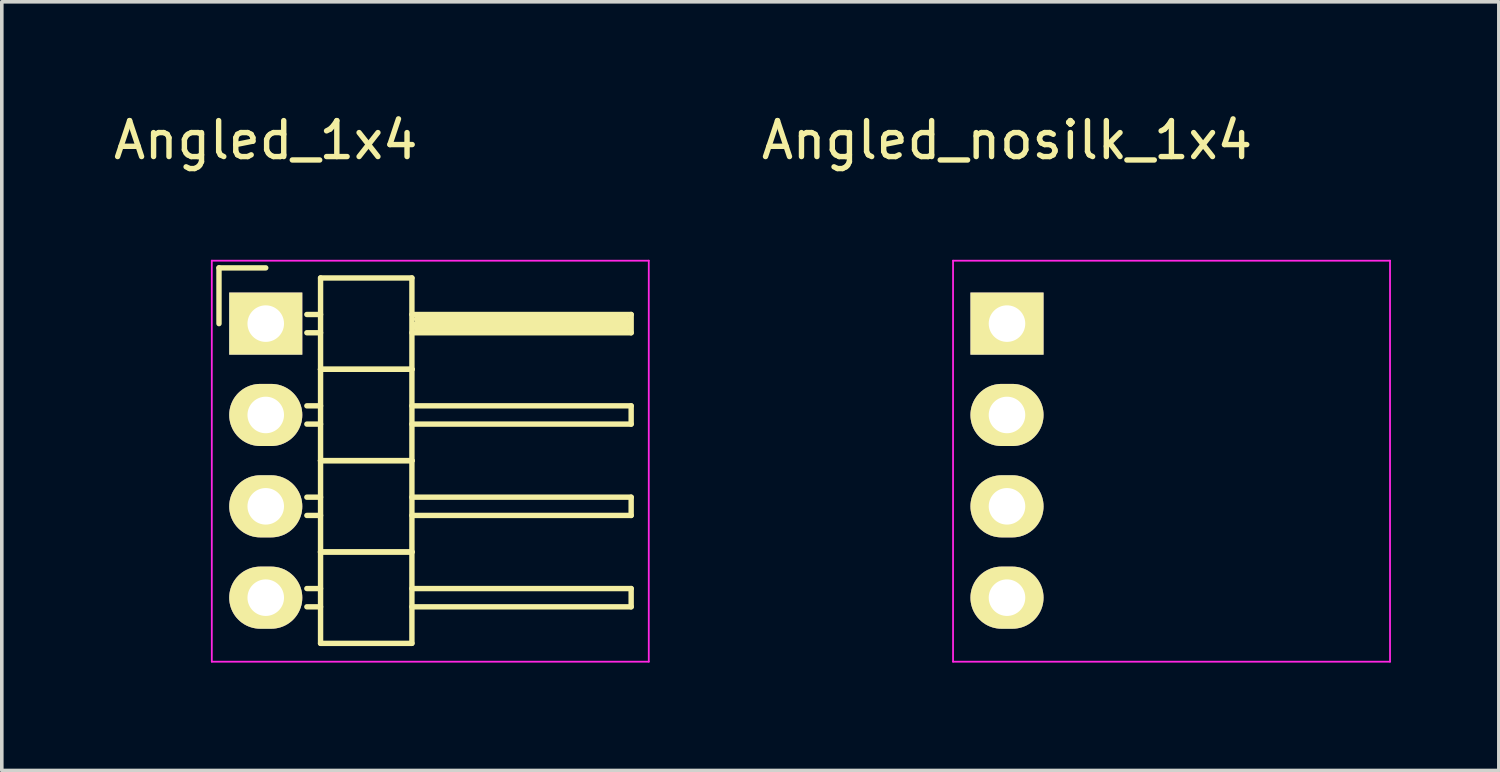
<source format=kicad_pcb>
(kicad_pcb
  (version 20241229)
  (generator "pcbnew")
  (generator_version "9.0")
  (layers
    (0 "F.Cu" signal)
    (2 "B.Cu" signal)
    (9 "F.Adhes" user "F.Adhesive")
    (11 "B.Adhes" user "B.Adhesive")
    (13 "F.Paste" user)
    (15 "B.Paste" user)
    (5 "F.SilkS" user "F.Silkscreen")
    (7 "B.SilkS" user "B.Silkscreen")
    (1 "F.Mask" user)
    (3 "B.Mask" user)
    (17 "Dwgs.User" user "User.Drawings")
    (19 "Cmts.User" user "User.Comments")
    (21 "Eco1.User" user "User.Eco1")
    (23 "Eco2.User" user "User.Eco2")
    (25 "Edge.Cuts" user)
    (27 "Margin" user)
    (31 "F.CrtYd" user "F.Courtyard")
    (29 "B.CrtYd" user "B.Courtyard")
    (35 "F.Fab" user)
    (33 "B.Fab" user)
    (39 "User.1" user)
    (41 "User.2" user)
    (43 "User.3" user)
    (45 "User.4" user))
  (footprint "Angled_1x4"
    (layer "F.Cu")
    (at 4.339 9.758)
    (property "Reference" "Angled_1x4" (at 0 -8.91 0) (layer "F.SilkS") (effects (font (size 1 1) (thickness 0.15))))
    (attr through_hole)
    (fp_line (start -1.3 -5.36) (end -1.3 -3.81) (stroke (width 0.15) (type solid)) (layer "F.SilkS"))
    (fp_line (start 0 -5.36) (end -1.3 -5.36) (stroke (width 0.15) (type solid)) (layer "F.SilkS"))
    (fp_line (start 1.524 -5.08) (end 1.524 -2.54) (stroke (width 0.15) (type solid)) (layer "F.SilkS"))
    (fp_line (start 1.524 -5.08) (end 4.064 -5.08) (stroke (width 0.15) (type solid)) (layer "F.SilkS"))
    (fp_line (start 1.524 -4.064) (end 1.143 -4.064) (stroke (width 0.15) (type solid)) (layer "F.SilkS"))
    (fp_line (start 1.524 -3.556) (end 1.143 -3.556) (stroke (width 0.15) (type solid)) (layer "F.SilkS"))
    (fp_line (start 1.524 -2.54) (end 1.524 0) (stroke (width 0.15) (type solid)) (layer "F.SilkS"))
    (fp_line (start 1.524 -2.54) (end 4.064 -2.54) (stroke (width 0.15) (type solid)) (layer "F.SilkS"))
    (fp_line (start 1.524 -2.54) (end 4.064 -2.54) (stroke (width 0.15) (type solid)) (layer "F.SilkS"))
    (fp_line (start 1.524 -1.524) (end 1.143 -1.524) (stroke (width 0.15) (type solid)) (layer "F.SilkS"))
    (fp_line (start 1.524 -1.016) (end 1.143 -1.016) (stroke (width 0.15) (type solid)) (layer "F.SilkS"))
    (fp_line (start 1.524 0) (end 1.524 2.54) (stroke (width 0.15) (type solid)) (layer "F.SilkS"))
    (fp_line (start 1.524 0) (end 4.064 0) (stroke (width 0.15) (type solid)) (layer "F.SilkS"))
    (fp_line (start 1.524 0) (end 4.064 0) (stroke (width 0.15) (type solid)) (layer "F.SilkS"))
    (fp_line (start 1.524 1.016) (end 1.143 1.016) (stroke (width 0.15) (type solid)) (layer "F.SilkS"))
    (fp_line (start 1.524 1.524) (end 1.143 1.524) (stroke (width 0.15) (type solid)) (layer "F.SilkS"))
    (fp_line (start 1.524 2.54) (end 1.524 5.08) (stroke (width 0.15) (type solid)) (layer "F.SilkS"))
    (fp_line (start 1.524 2.54) (end 4.064 2.54) (stroke (width 0.15) (type solid)) (layer "F.SilkS"))
    (fp_line (start 1.524 2.54) (end 4.064 2.54) (stroke (width 0.15) (type solid)) (layer "F.SilkS"))
    (fp_line (start 1.524 3.556) (end 1.143 3.556) (stroke (width 0.15) (type solid)) (layer "F.SilkS"))
    (fp_line (start 1.524 4.064) (end 1.143 4.064) (stroke (width 0.15) (type solid)) (layer "F.SilkS"))
    (fp_line (start 1.524 5.08) (end 4.064 5.08) (stroke (width 0.15) (type solid)) (layer "F.SilkS"))
    (fp_line (start 4.064 -4.064) (end 10.16 -4.064) (stroke (width 0.15) (type solid)) (layer "F.SilkS"))
    (fp_line (start 4.064 -2.54) (end 4.064 -5.08) (stroke (width 0.15) (type solid)) (layer "F.SilkS"))
    (fp_line (start 4.064 -1.524) (end 10.16 -1.524) (stroke (width 0.15) (type solid)) (layer "F.SilkS"))
    (fp_line (start 4.064 0) (end 4.064 -2.54) (stroke (width 0.15) (type solid)) (layer "F.SilkS"))
    (fp_line (start 4.064 1.016) (end 10.16 1.016) (stroke (width 0.15) (type solid)) (layer "F.SilkS"))
    (fp_line (start 4.064 2.54) (end 4.064 0) (stroke (width 0.15) (type solid)) (layer "F.SilkS"))
    (fp_line (start 4.064 3.556) (end 10.16 3.556) (stroke (width 0.15) (type solid)) (layer "F.SilkS"))
    (fp_line (start 4.064 5.08) (end 4.064 2.54) (stroke (width 0.15) (type solid)) (layer "F.SilkS"))
    (fp_line (start 4.191 -3.937) (end 10.033 -3.937) (stroke (width 0.15) (type solid)) (layer "F.SilkS"))
    (fp_line (start 4.191 -3.81) (end 10.033 -3.81) (stroke (width 0.15) (type solid)) (layer "F.SilkS"))
    (fp_line (start 4.191 -3.683) (end 4.191 -3.81) (stroke (width 0.15) (type solid)) (layer "F.SilkS"))
    (fp_line (start 10.033 -3.937) (end 10.033 -3.683) (stroke (width 0.15) (type solid)) (layer "F.SilkS"))
    (fp_line (start 10.033 -3.683) (end 4.191 -3.683) (stroke (width 0.15) (type solid)) (layer "F.SilkS"))
    (fp_line (start 10.16 -4.064) (end 10.16 -3.556) (stroke (width 0.15) (type solid)) (layer "F.SilkS"))
    (fp_line (start 10.16 -3.556) (end 4.064 -3.556) (stroke (width 0.15) (type solid)) (layer "F.SilkS"))
    (fp_line (start 10.16 -1.524) (end 10.16 -1.016) (stroke (width 0.15) (type solid)) (layer "F.SilkS"))
    (fp_line (start 10.16 -1.016) (end 4.064 -1.016) (stroke (width 0.15) (type solid)) (layer "F.SilkS"))
    (fp_line (start 10.16 1.016) (end 10.16 1.524) (stroke (width 0.15) (type solid)) (layer "F.SilkS"))
    (fp_line (start 10.16 1.524) (end 4.064 1.524) (stroke (width 0.15) (type solid)) (layer "F.SilkS"))
    (fp_line (start 10.16 3.556) (end 10.16 4.064) (stroke (width 0.15) (type solid)) (layer "F.SilkS"))
    (fp_line (start 10.16 4.064) (end 4.064 4.064) (stroke (width 0.15) (type solid)) (layer "F.SilkS"))
    (fp_line (start -1.5 -5.56) (end -1.5 5.59) (stroke (width 0.05) (type solid)) (layer "F.CrtYd"))
    (fp_line (start -1.5 -5.56) (end 10.65 -5.56) (stroke (width 0.05) (type solid)) (layer "F.CrtYd"))
    (fp_line (start -1.5 5.59) (end 10.65 5.59) (stroke (width 0.05) (type solid)) (layer "F.CrtYd"))
    (fp_line (start 10.65 -5.56) (end 10.65 5.59) (stroke (width 0.05) (type solid)) (layer "F.CrtYd"))
    (pad "1" thru_hole rect (at 0 -3.81) (size 2.032 1.727) (drill 1.016) (layers "*.Cu" "*.Mask" "F.SilkS"))
    (pad "2" thru_hole oval (at 0 -1.27) (size 2.032 1.727) (drill 1.016) (layers "*.Cu" "*.Mask" "F.SilkS"))
    (pad "3" thru_hole oval (at 0 1.27) (size 2.032 1.727) (drill 1.016) (layers "*.Cu" "*.Mask" "F.SilkS"))
    (pad "4" thru_hole oval (at 0 3.81) (size 2.032 1.727) (drill 1.016) (layers "*.Cu" "*.Mask" "F.SilkS")))
  (footprint "Angled_nosilk_1x4"
    (layer "F.Cu")
    (at 24.949 9.758)
    (property "Reference" "Angled_nosilk_1x4" (at 0 -8.91 0) (layer "F.SilkS") (effects (font (size 1 1) (thickness 0.15))))
    (attr through_hole)
    (fp_line (start -1.5 -5.56) (end -1.5 5.59) (stroke (width 0.05) (type solid)) (layer "F.CrtYd"))
    (fp_line (start -1.5 -5.56) (end 10.65 -5.56) (stroke (width 0.05) (type solid)) (layer "F.CrtYd"))
    (fp_line (start -1.5 5.59) (end 10.65 5.59) (stroke (width 0.05) (type solid)) (layer "F.CrtYd"))
    (fp_line (start 10.65 -5.56) (end 10.65 5.59) (stroke (width 0.05) (type solid)) (layer "F.CrtYd"))
    (pad "1" thru_hole rect (at 0 -3.81) (size 2.032 1.727) (drill 1.016) (layers "*.Cu" "*.Mask" "F.SilkS"))
    (pad "2" thru_hole oval (at 0 -1.27) (size 2.032 1.727) (drill 1.016) (layers "*.Cu" "*.Mask" "F.SilkS"))
    (pad "3" thru_hole oval (at 0 1.27) (size 2.032 1.727) (drill 1.016) (layers "*.Cu" "*.Mask" "F.SilkS"))
    (pad "4" thru_hole oval (at 0 3.81) (size 2.032 1.727) (drill 1.016) (layers "*.Cu" "*.Mask" "F.SilkS")))
  (gr_rect
    (start -3 -3)
    (end 38.624 18.373)
    (stroke (width 0.1) (type default))
    (fill no)
    (layer "Edge.Cuts")))
</source>
